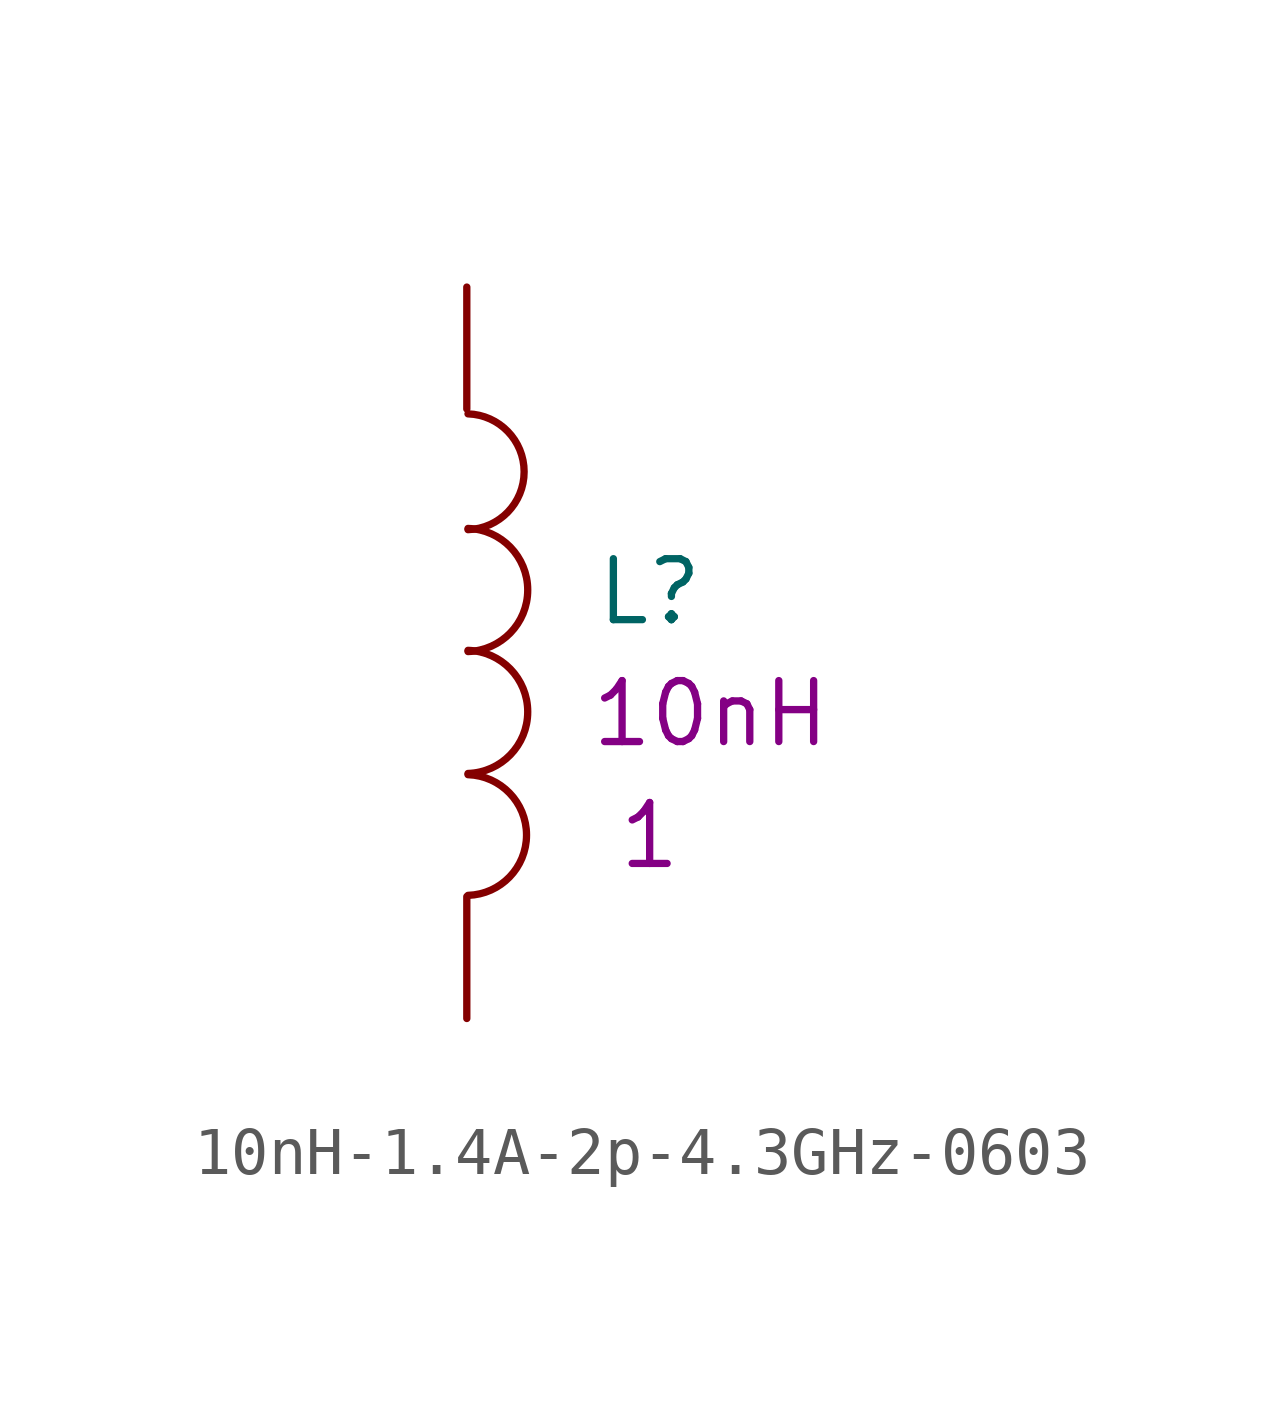
<source format=kicad_sym>
(kicad_symbol_lib
  (version 20211014)
  (generator kicad_symbol_editor)
  (symbol "10nH-1.4A-2p-4.3GHz-0603"
    (pin_numbers hide)
    (pin_names
      (offset 1.016) hide)
    (property "Reference" "L"
      (at 3.81 -6.35 0)
      (effects (font (size 1.27 1.27))))
    (property "Datasheet" ""
      (at 0 0 0)
      (effects (font (size 1.27 1.27))))
    (property "Qty" "1"
      (at 3.81 -11.43 0)
      (effects (font (size 1.27 1.27))))
    (property "Desc1" "10nH"
      (at 5.08 -8.89 0)
      (effects (font (size 1.27 1.27))))
    (symbol "10nH-1.4A-2p-4.3GHz-0603_0_1"
      (arc (start 0.0254 -12.6746) (mid 1.2449 -11.4297) (end 0.0254 -10.16) (stroke (width 0) (type default) (color 0 0 0 0)) (fill (type none)))
      (arc (start 0.0254 -10.1346) (mid 1.2703 -8.8644) (end 0.0254 -7.5692) (stroke (width 0) (type default) (color 0 0 0 0)) (fill (type none)))
      (arc (start 0.0254 -7.5946) (mid 1.2703 -6.3244) (end 0.0254 -5.0292) (stroke (width 0) (type default) (color 0 0 0 0)) (fill (type none)))
      (arc (start 0.0254 -5.0546) (mid 1.1941 -3.8605) (end 0.0254 -2.6416) (stroke (width 0) (type default) (color 0 0 0 0)) (fill (type none))))
    (symbol "10nH-1.4A-2p-4.3GHz-0603_1_1"
      (pin passive line (at 0 0 270) (length 2.54) (name "1" (effects (font (size 1.778 1.778)))) (number "1" (effects (font (size 1.778 1.778)))))
      (pin passive line (at 0 -15.24 90) (length 2.54) (name "2" (effects (font (size 1.778 1.778)))) (number "2" (effects (font (size 1.778 1.778))))))))
</source>
